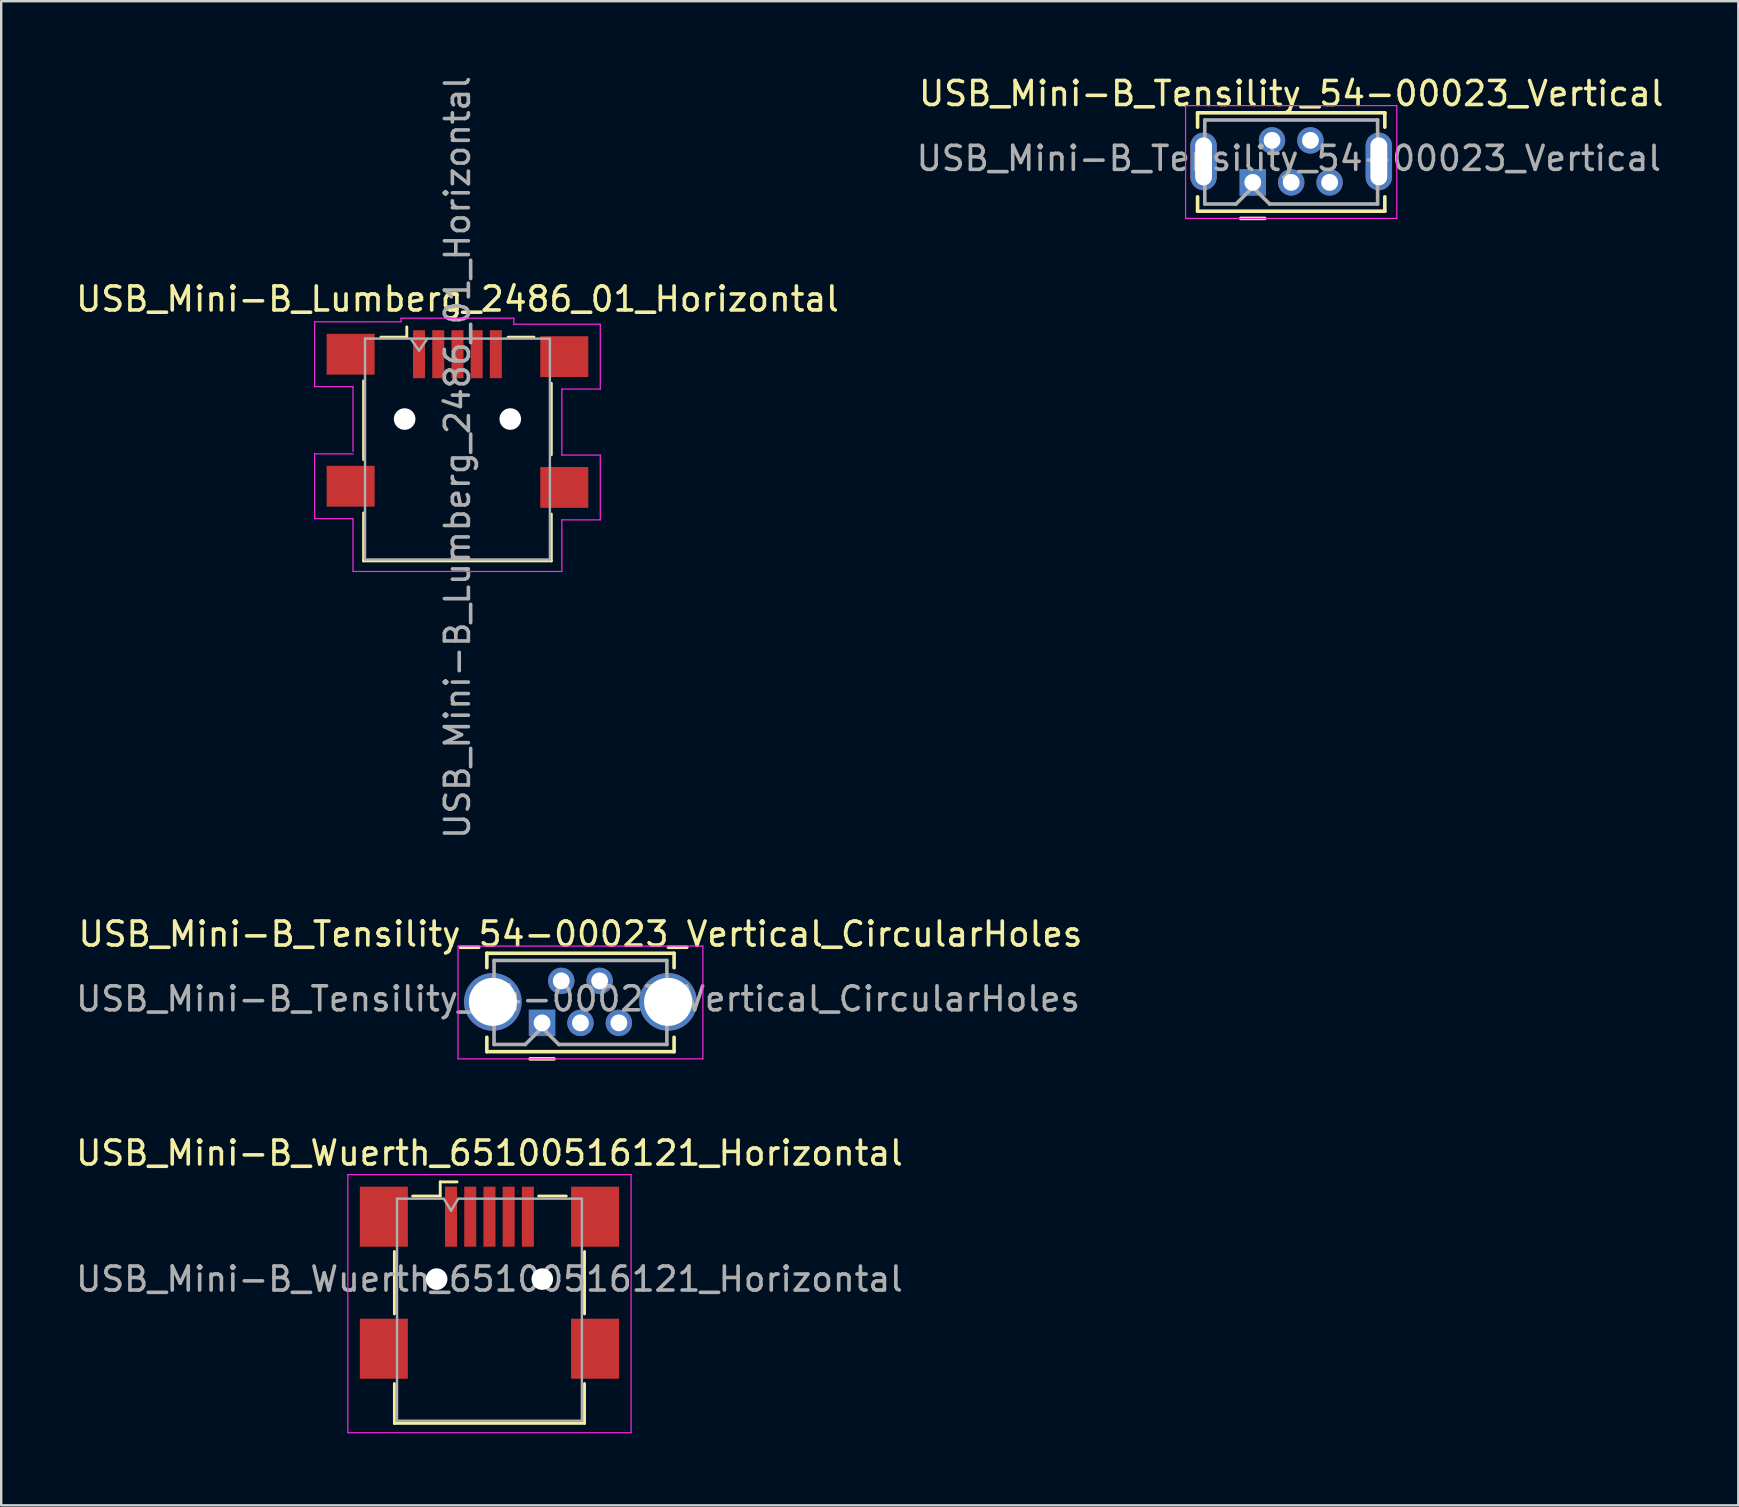
<source format=kicad_pcb>
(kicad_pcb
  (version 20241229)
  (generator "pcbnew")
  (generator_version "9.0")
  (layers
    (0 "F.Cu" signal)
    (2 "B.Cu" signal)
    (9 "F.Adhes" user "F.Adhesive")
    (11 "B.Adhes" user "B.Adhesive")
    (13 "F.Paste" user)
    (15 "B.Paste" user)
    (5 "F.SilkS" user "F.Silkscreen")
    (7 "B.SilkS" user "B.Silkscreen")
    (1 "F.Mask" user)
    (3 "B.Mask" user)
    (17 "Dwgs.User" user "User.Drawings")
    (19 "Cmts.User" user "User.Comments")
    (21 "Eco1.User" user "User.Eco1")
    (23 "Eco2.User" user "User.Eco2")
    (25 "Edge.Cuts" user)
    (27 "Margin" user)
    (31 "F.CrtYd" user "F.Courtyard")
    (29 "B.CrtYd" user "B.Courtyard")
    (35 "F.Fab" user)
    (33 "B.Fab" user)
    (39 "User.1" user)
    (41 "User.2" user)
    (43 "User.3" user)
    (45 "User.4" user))
  (footprint "USB_Mini-B_Wuerth_65100516121_Horizontal"
    (layer "F.Cu")
    (at 17.339 50.233)
    (property "Reference" "USB_Mini-B_Wuerth_65100516121_Horizontal" (at 0 -5.25 0) (layer "F.SilkS") (effects (font (size 1 1) (thickness 0.15))))
    (attr smd)
    (fp_line (start -3.96 1.45) (end -3.96 -1.15) (stroke (width 0.12) (type solid)) (layer "F.SilkS"))
    (fp_line (start -3.96 4.35) (end -3.96 6.01) (stroke (width 0.12) (type solid)) (layer "F.SilkS"))
    (fp_line (start -3.96 6.01) (end 3.96 6.01) (stroke (width 0.12) (type solid)) (layer "F.SilkS"))
    (fp_line (start -3.2 -3.46) (end -2.05 -3.46) (stroke (width 0.12) (type solid)) (layer "F.SilkS"))
    (fp_line (start -2.05 -4.05) (end -1.35 -4.05) (stroke (width 0.12) (type solid)) (layer "F.SilkS"))
    (fp_line (start -2.05 -3.46) (end -2.05 -4.05) (stroke (width 0.12) (type solid)) (layer "F.SilkS"))
    (fp_line (start 2.05 -3.46) (end 3.2 -3.46) (stroke (width 0.12) (type solid)) (layer "F.SilkS"))
    (fp_line (start 3.96 -1.15) (end 3.96 1.45) (stroke (width 0.12) (type solid)) (layer "F.SilkS"))
    (fp_line (start 3.96 6.01) (end 3.96 4.35) (stroke (width 0.12) (type solid)) (layer "F.SilkS"))
    (fp_line (start -5.9 -4.35) (end 5.9 -4.35) (stroke (width 0.05) (type solid)) (layer "F.CrtYd"))
    (fp_line (start -5.9 6.4) (end -5.9 -4.35) (stroke (width 0.05) (type solid)) (layer "F.CrtYd"))
    (fp_line (start 5.9 -4.35) (end 5.9 6.4) (stroke (width 0.05) (type solid)) (layer "F.CrtYd"))
    (fp_line (start 5.9 6.4) (end -5.9 6.4) (stroke (width 0.05) (type solid)) (layer "F.CrtYd"))
    (fp_line (start -3.85 -3.35) (end -1.9 -3.35) (stroke (width 0.1) (type solid)) (layer "F.Fab"))
    (fp_line (start -3.85 5.9) (end -3.85 -3.35) (stroke (width 0.1) (type solid)) (layer "F.Fab"))
    (fp_line (start -1.9 -3.35) (end -1.6 -2.85) (stroke (width 0.1) (type solid)) (layer "F.Fab"))
    (fp_line (start -1.6 -2.85) (end -1.3 -3.35) (stroke (width 0.1) (type solid)) (layer "F.Fab"))
    (fp_line (start -1.3 -3.35) (end 3.85 -3.35) (stroke (width 0.1) (type solid)) (layer "F.Fab"))
    (fp_line (start 3.85 -3.35) (end 3.85 5.9) (stroke (width 0.1) (type solid)) (layer "F.Fab"))
    (fp_line (start 3.85 5.9) (end -3.85 5.9) (stroke (width 0.1) (type solid)) (layer "F.Fab"))
    (fp_text user "${REFERENCE}" (at 0 0 0) (layer "F.Fab") (effects (font (size 1 1) (thickness 0.15))))
    (pad "" np_thru_hole circle (at -2.2 0) (size 0.9 0.9) (drill 0.9) (layers "*.Cu" "*.Mask"))
    (pad "" np_thru_hole circle (at 2.2 0) (size 0.9 0.9) (drill 0.9) (layers "*.Cu" "*.Mask"))
    (pad "1" smd rect (at -1.6 -2.6) (size 0.5 2.5) (layers "F.Cu" "F.Mask" "F.Paste"))
    (pad "2" smd rect (at -0.8 -2.6) (size 0.5 2.5) (layers "F.Cu" "F.Mask" "F.Paste"))
    (pad "3" smd rect (at 0 -2.6) (size 0.5 2.5) (layers "F.Cu" "F.Mask" "F.Paste"))
    (pad "4" smd rect (at 0.8 -2.6) (size 0.5 2.5) (layers "F.Cu" "F.Mask" "F.Paste"))
    (pad "5" smd rect (at 1.6 -2.6) (size 0.5 2.5) (layers "F.Cu" "F.Mask" "F.Paste"))
    (pad "6" smd rect (at -4.4 -2.6) (size 2 2.5) (layers "F.Cu" "F.Mask" "F.Paste"))
    (pad "6" smd rect (at -4.4 2.9) (size 2 2.5) (layers "F.Cu" "F.Mask" "F.Paste"))
    (pad "6" smd rect (at 4.4 -2.6) (size 2 2.5) (layers "F.Cu" "F.Mask" "F.Paste"))
    (pad "6" smd rect (at 4.4 2.9) (size 2 2.5) (layers "F.Cu" "F.Mask" "F.Paste")))
  (footprint "USB_Mini-B_Tensility_54-00023_Vertical_CircularHoles"
    (layer "F.Cu")
    (at 19.53 39.56)
    (property "Reference" "USB_Mini-B_Tensility_54-00023_Vertical_CircularHoles" (at 1.6 -3.7 0) (layer "F.SilkS") (effects (font (size 1 1) (thickness 0.15))))
    (attr through_hole)
    (fp_line (start -2.3 -2.9) (end 5.5 -2.9) (stroke (width 0.15) (type solid)) (layer "F.SilkS"))
    (fp_line (start -2.3 -2.3) (end -2.3 -2.9) (stroke (width 0.15) (type solid)) (layer "F.SilkS"))
    (fp_line (start -2.3 0.6) (end -2.3 1.2) (stroke (width 0.15) (type solid)) (layer "F.SilkS"))
    (fp_line (start -2.3 1.2) (end 5.5 1.2) (stroke (width 0.15) (type solid)) (layer "F.SilkS"))
    (fp_line (start -0.5 1.5) (end 0.5 1.5) (stroke (width 0.15) (type solid)) (layer "F.SilkS"))
    (fp_line (start 5.5 -2.9) (end 5.5 -2.3) (stroke (width 0.15) (type solid)) (layer "F.SilkS"))
    (fp_line (start 5.5 1.2) (end 5.5 0.6) (stroke (width 0.15) (type solid)) (layer "F.SilkS"))
    (fp_line (start -3.5 -3.2) (end -3.5 1.5) (stroke (width 0.05) (type solid)) (layer "F.CrtYd"))
    (fp_line (start -3.5 1.5) (end 6.7 1.5) (stroke (width 0.05) (type solid)) (layer "F.CrtYd"))
    (fp_line (start 6.7 -3.2) (end -3.5 -3.2) (stroke (width 0.05) (type solid)) (layer "F.CrtYd"))
    (fp_line (start 6.7 1.5) (end 6.7 -3.2) (stroke (width 0.05) (type solid)) (layer "F.CrtYd"))
    (fp_line (start -2 0.9) (end -2 -2.6) (stroke (width 0.15) (type solid)) (layer "F.Fab"))
    (fp_line (start -2 0.9) (end -0.7 0.9) (stroke (width 0.15) (type solid)) (layer "F.Fab"))
    (fp_line (start -0.7 0.9) (end 0 0.2) (stroke (width 0.15) (type solid)) (layer "F.Fab"))
    (fp_line (start 0 0.2) (end 0.7 0.9) (stroke (width 0.15) (type solid)) (layer "F.Fab"))
    (fp_line (start 0.7 0.9) (end 5.2 0.9) (stroke (width 0.15) (type solid)) (layer "F.Fab"))
    (fp_line (start 5.2 -2.6) (end -2 -2.6) (stroke (width 0.15) (type solid)) (layer "F.Fab"))
    (fp_line (start 5.2 -2.6) (end 5.2 0.9) (stroke (width 0.15) (type solid)) (layer "F.Fab"))
    (fp_text user "${REFERENCE}" (at 1.5 -1 0) (layer "F.Fab") (effects (font (size 1 1) (thickness 0.15))))
    (pad "1" thru_hole rect (at 0 0) (size 1.1 1.1) (drill 0.7) (layers "*.Cu" "*.Mask"))
    (pad "2" thru_hole circle (at 0.8 -1.75) (size 1.1 1.1) (drill 0.7) (layers "*.Cu" "*.Mask"))
    (pad "3" thru_hole circle (at 1.6 0) (size 1.1 1.1) (drill 0.7) (layers "*.Cu" "*.Mask"))
    (pad "4" thru_hole circle (at 2.4 -1.75) (size 1.1 1.1) (drill 0.7) (layers "*.Cu" "*.Mask"))
    (pad "5" thru_hole circle (at 3.2 0) (size 1.1 1.1) (drill 0.7) (layers "*.Cu" "*.Mask"))
    (pad "6" thru_hole circle (at -2.05 -0.875) (size 2.4 2.4) (drill 2) (layers "*.Cu" "*.Mask"))
    (pad "6" thru_hole circle (at 5.25 -0.875) (size 2.4 2.4) (drill 2) (layers "*.Cu" "*.Mask")))
  (footprint "USB_Mini-B_Tensility_54-00023_Vertical"
    (layer "F.Cu")
    (at 49.137 4.548)
    (property "Reference" "USB_Mini-B_Tensility_54-00023_Vertical" (at 1.6 -3.7 0) (layer "F.SilkS") (effects (font (size 1 1) (thickness 0.15))))
    (attr through_hole)
    (fp_line (start -2.3 -2.9) (end 5.5 -2.9) (stroke (width 0.15) (type solid)) (layer "F.SilkS"))
    (fp_line (start -2.3 -2.3) (end -2.3 -2.9) (stroke (width 0.15) (type solid)) (layer "F.SilkS"))
    (fp_line (start -2.3 0.6) (end -2.3 1.2) (stroke (width 0.15) (type solid)) (layer "F.SilkS"))
    (fp_line (start -2.3 1.2) (end 5.5 1.2) (stroke (width 0.15) (type solid)) (layer "F.SilkS"))
    (fp_line (start -0.5 1.5) (end 0.5 1.5) (stroke (width 0.15) (type solid)) (layer "F.SilkS"))
    (fp_line (start 5.5 -2.9) (end 5.5 -2.3) (stroke (width 0.15) (type solid)) (layer "F.SilkS"))
    (fp_line (start 5.5 1.2) (end 5.5 0.6) (stroke (width 0.15) (type solid)) (layer "F.SilkS"))
    (fp_line (start -2.8 -3.2) (end -2.8 1.5) (stroke (width 0.05) (type solid)) (layer "F.CrtYd"))
    (fp_line (start -2.8 1.5) (end 6 1.5) (stroke (width 0.05) (type solid)) (layer "F.CrtYd"))
    (fp_line (start 6 -3.2) (end -2.8 -3.2) (stroke (width 0.05) (type solid)) (layer "F.CrtYd"))
    (fp_line (start 6 1.5) (end 6 -3.2) (stroke (width 0.05) (type solid)) (layer "F.CrtYd"))
    (fp_line (start -2 0.9) (end -2 -2.6) (stroke (width 0.15) (type solid)) (layer "F.Fab"))
    (fp_line (start -2 0.9) (end -0.7 0.9) (stroke (width 0.15) (type solid)) (layer "F.Fab"))
    (fp_line (start -0.7 0.9) (end 0 0.2) (stroke (width 0.15) (type solid)) (layer "F.Fab"))
    (fp_line (start 0 0.2) (end 0.7 0.9) (stroke (width 0.15) (type solid)) (layer "F.Fab"))
    (fp_line (start 0.7 0.9) (end 5.2 0.9) (stroke (width 0.15) (type solid)) (layer "F.Fab"))
    (fp_line (start 5.2 -2.6) (end -2 -2.6) (stroke (width 0.15) (type solid)) (layer "F.Fab"))
    (fp_line (start 5.2 -2.6) (end 5.2 0.9) (stroke (width 0.15) (type solid)) (layer "F.Fab"))
    (fp_text user "${REFERENCE}" (at 1.5 -1 0) (layer "F.Fab") (effects (font (size 1 1) (thickness 0.15))))
    (pad "1" thru_hole rect (at 0 0) (size 1.1 1.1) (drill 0.7) (layers "*.Cu" "*.Mask"))
    (pad "2" thru_hole circle (at 0.8 -1.75) (size 1.1 1.1) (drill 0.7) (layers "*.Cu" "*.Mask"))
    (pad "3" thru_hole circle (at 1.6 0) (size 1.1 1.1) (drill 0.7) (layers "*.Cu" "*.Mask"))
    (pad "4" thru_hole circle (at 2.4 -1.75) (size 1.1 1.1) (drill 0.7) (layers "*.Cu" "*.Mask"))
    (pad "5" thru_hole circle (at 3.2 0) (size 1.1 1.1) (drill 0.7) (layers "*.Cu" "*.Mask"))
    (pad "6" thru_hole oval (at -2.05 -0.875) (size 1.1 2.4) (drill oval 0.7 2) (layers "*.Cu" "*.Mask"))
    (pad "6" thru_hole oval (at 5.25 -0.875) (size 1.1 2.4) (drill oval 0.7 2) (layers "*.Cu" "*.Mask")))
  (footprint "USB_Mini-B_Lumberg_2486_01_Horizontal"
    (layer "F.Cu")
    (at 16.006 14.406)
    (property "Reference" "USB_Mini-B_Lumberg_2486_01_Horizontal" (at 0 -5 0) (layer "F.SilkS") (effects (font (size 1 1) (thickness 0.15))))
    (attr smd)
    (fp_line (start -3.91 1.69) (end -3.91 -1.59) (stroke (width 0.12) (type solid)) (layer "F.SilkS"))
    (fp_line (start -3.91 5.91) (end -3.91 3.91) (stroke (width 0.12) (type solid)) (layer "F.SilkS"))
    (fp_line (start -3.19 -3.41) (end -2.11 -3.41) (stroke (width 0.12) (type solid)) (layer "F.SilkS"))
    (fp_line (start -2.11 -3.41) (end -2.11 -3.84) (stroke (width 0.12) (type solid)) (layer "F.SilkS"))
    (fp_line (start 2.11 -3.41) (end 3.19 -3.41) (stroke (width 0.12) (type solid)) (layer "F.SilkS"))
    (fp_line (start 3.91 1.49) (end 3.91 -1.49) (stroke (width 0.12) (type solid)) (layer "F.SilkS"))
    (fp_line (start 3.91 5.91) (end -3.91 5.91) (stroke (width 0.12) (type solid)) (layer "F.SilkS"))
    (fp_line (start 3.91 5.91) (end 3.91 3.96) (stroke (width 0.12) (type solid)) (layer "F.SilkS"))
    (fp_line (start -5.95 -4.05) (end -5.95 -1.35) (stroke (width 0.05) (type solid)) (layer "F.CrtYd"))
    (fp_line (start -5.95 1.45) (end -5.95 4.15) (stroke (width 0.05) (type solid)) (layer "F.CrtYd"))
    (fp_line (start -4.35 -1.35) (end -5.95 -1.35) (stroke (width 0.05) (type solid)) (layer "F.CrtYd"))
    (fp_line (start -4.35 -1.35) (end -4.35 1.35) (stroke (width 0.05) (type solid)) (layer "F.CrtYd"))
    (fp_line (start -4.35 1.45) (end -5.95 1.45) (stroke (width 0.05) (type solid)) (layer "F.CrtYd"))
    (fp_line (start -4.35 4.15) (end -5.95 4.15) (stroke (width 0.05) (type solid)) (layer "F.CrtYd"))
    (fp_line (start -4.35 6.35) (end -4.35 4.15) (stroke (width 0.05) (type solid)) (layer "F.CrtYd"))
    (fp_line (start -4.35 6.35) (end 4.35 6.35) (stroke (width 0.05) (type solid)) (layer "F.CrtYd"))
    (fp_line (start -2.35 -4.2) (end -2.35 -4.05) (stroke (width 0.05) (type solid)) (layer "F.CrtYd"))
    (fp_line (start -2.35 -4.05) (end -5.95 -4.05) (stroke (width 0.05) (type solid)) (layer "F.CrtYd"))
    (fp_line (start 2.35 -4.2) (end -2.35 -4.2) (stroke (width 0.05) (type solid)) (layer "F.CrtYd"))
    (fp_line (start 2.35 -3.95) (end 2.35 -4.2) (stroke (width 0.05) (type solid)) (layer "F.CrtYd"))
    (fp_line (start 4.35 -1.25) (end 4.35 1.5) (stroke (width 0.05) (type solid)) (layer "F.CrtYd"))
    (fp_line (start 4.35 -1.25) (end 5.95 -1.25) (stroke (width 0.05) (type solid)) (layer "F.CrtYd"))
    (fp_line (start 4.35 1.5) (end 5.95 1.5) (stroke (width 0.05) (type solid)) (layer "F.CrtYd"))
    (fp_line (start 4.35 4.2) (end 5.95 4.2) (stroke (width 0.05) (type solid)) (layer "F.CrtYd"))
    (fp_line (start 4.35 6.35) (end 4.35 4.2) (stroke (width 0.05) (type solid)) (layer "F.CrtYd"))
    (fp_line (start 5.95 -3.95) (end 2.35 -3.95) (stroke (width 0.05) (type solid)) (layer "F.CrtYd"))
    (fp_line (start 5.95 -3.95) (end 5.95 -1.25) (stroke (width 0.05) (type solid)) (layer "F.CrtYd"))
    (fp_line (start 5.95 1.5) (end 5.95 4.2) (stroke (width 0.05) (type solid)) (layer "F.CrtYd"))
    (fp_line (start -3.85 -3.35) (end -3.85 5.85) (stroke (width 0.1) (type solid)) (layer "F.Fab"))
    (fp_line (start -3.85 -3.35) (end 3.85 -3.35) (stroke (width 0.1) (type solid)) (layer "F.Fab"))
    (fp_line (start -3.85 5.85) (end 3.85 5.85) (stroke (width 0.1) (type solid)) (layer "F.Fab"))
    (fp_line (start -1.95 -3.35) (end -1.6 -2.85) (stroke (width 0.1) (type solid)) (layer "F.Fab"))
    (fp_line (start -1.6 -2.85) (end -1.25 -3.35) (stroke (width 0.1) (type solid)) (layer "F.Fab"))
    (fp_line (start 3.85 5.85) (end 3.85 -3.35) (stroke (width 0.1) (type solid)) (layer "F.Fab"))
    (fp_text user "${REFERENCE}" (at 0 1.6 90) (layer "F.Fab") (effects (font (size 1 1) (thickness 0.15))))
    (pad "" np_thru_hole circle (at -2.2 0) (size 0.9 0.9) (drill 0.9) (layers "*.Cu" "*.Mask"))
    (pad "" np_thru_hole circle (at 2.2 0) (size 0.9 0.9) (drill 0.9) (layers "*.Cu" "*.Mask"))
    (pad "1" smd rect (at -1.6 -2.7) (size 0.5 2) (layers "F.Cu" "F.Mask" "F.Paste"))
    (pad "2" smd rect (at -0.8 -2.7) (size 0.5 2) (layers "F.Cu" "F.Mask" "F.Paste"))
    (pad "3" smd rect (at 0 -2.7) (size 0.5 2) (layers "F.Cu" "F.Mask" "F.Paste"))
    (pad "4" smd rect (at 0.8 -2.7) (size 0.5 2) (layers "F.Cu" "F.Mask" "F.Paste"))
    (pad "5" smd rect (at 1.6 -2.7) (size 0.5 2) (layers "F.Cu" "F.Mask" "F.Paste"))
    (pad "6" smd rect (at -4.45 -2.7) (size 2 1.7) (layers "F.Cu" "F.Mask" "F.Paste"))
    (pad "6" smd rect (at -4.45 2.8) (size 2 1.7) (layers "F.Cu" "F.Mask" "F.Paste"))
    (pad "6" smd rect (at 4.45 -2.6) (size 2 1.7) (layers "F.Cu" "F.Mask" "F.Paste"))
    (pad "6" smd rect (at 4.45 2.85) (size 2 1.7) (layers "F.Cu" "F.Mask" "F.Paste")))
  (gr_rect
    (start -3 -3)
    (end 69.362 59.658)
    (stroke (width 0.1) (type default))
    (fill no)
    (layer "Edge.Cuts")))
</source>
